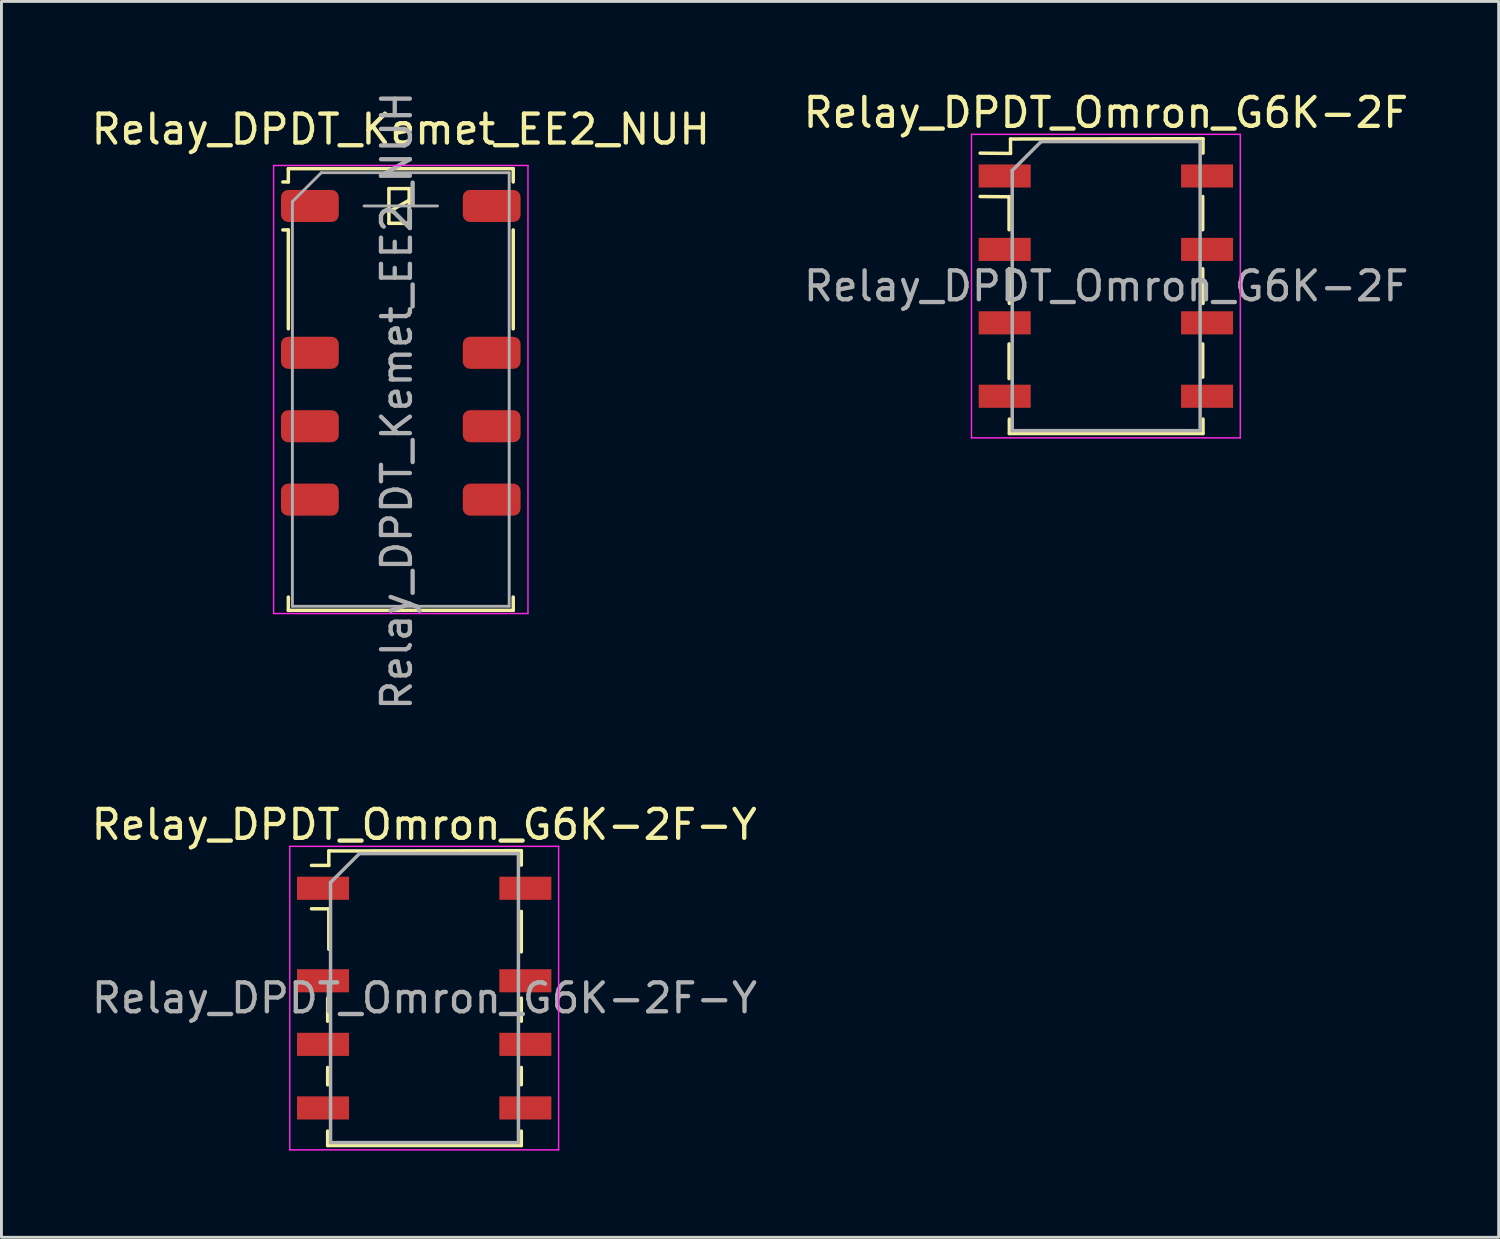
<source format=kicad_pcb>
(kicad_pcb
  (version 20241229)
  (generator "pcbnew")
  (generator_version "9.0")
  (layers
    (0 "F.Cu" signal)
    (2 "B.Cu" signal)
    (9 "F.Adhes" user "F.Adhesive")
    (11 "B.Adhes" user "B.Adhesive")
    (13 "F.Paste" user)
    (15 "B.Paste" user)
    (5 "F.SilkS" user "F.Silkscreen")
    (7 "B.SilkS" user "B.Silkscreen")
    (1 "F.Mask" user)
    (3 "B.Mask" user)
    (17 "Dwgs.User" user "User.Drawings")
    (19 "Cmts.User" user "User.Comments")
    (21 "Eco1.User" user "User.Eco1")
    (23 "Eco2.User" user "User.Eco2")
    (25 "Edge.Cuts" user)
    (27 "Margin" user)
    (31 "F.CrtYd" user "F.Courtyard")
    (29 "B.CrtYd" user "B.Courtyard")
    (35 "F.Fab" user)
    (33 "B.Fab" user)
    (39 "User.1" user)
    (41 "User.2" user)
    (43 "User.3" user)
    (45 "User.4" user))
  (footprint "Relay_DPDT_Kemet_EE2_NUH"
    (layer "F.Cu")
    (at 10.815 10.425)
    (property "Reference" "Relay_DPDT_Kemet_EE2_NUH" (at 0 -9 180) (layer "F.SilkS") (effects (font (size 1 1) (thickness 0.15))))
    (attr smd)
    (fp_line (start -3.89 -7.64) (end -3.89 -7.18) (stroke (width 0.12) (type solid)) (layer "F.SilkS"))
    (fp_line (start -3.89 -7.18) (end -4.08 -7.18) (stroke (width 0.12) (type solid)) (layer "F.SilkS"))
    (fp_line (start -3.89 -5.52) (end -4.08 -5.52) (stroke (width 0.12) (type solid)) (layer "F.SilkS"))
    (fp_line (start -3.89 -5.52) (end -3.89 -2.1) (stroke (width 0.12) (type solid)) (layer "F.SilkS"))
    (fp_line (start -3.89 7.18) (end -3.89 7.64) (stroke (width 0.12) (type solid)) (layer "F.SilkS"))
    (fp_line (start -0.41 -6.95) (end -0.41 -5.75) (stroke (width 0.12) (type solid)) (layer "F.SilkS"))
    (fp_line (start -0.41 -6.15) (end 0.29 -6.55) (stroke (width 0.12) (type solid)) (layer "F.SilkS"))
    (fp_line (start -0.41 -5.75) (end 0.29 -5.75) (stroke (width 0.12) (type solid)) (layer "F.SilkS"))
    (fp_line (start 0.29 -6.95) (end -0.41 -6.95) (stroke (width 0.12) (type solid)) (layer "F.SilkS"))
    (fp_line (start 0.29 -5.75) (end 0.29 -6.95) (stroke (width 0.12) (type solid)) (layer "F.SilkS"))
    (fp_line (start 3.89 -7.64) (end -3.89 -7.64) (stroke (width 0.12) (type solid)) (layer "F.SilkS"))
    (fp_line (start 3.89 -7.64) (end 3.89 -7.18) (stroke (width 0.12) (type solid)) (layer "F.SilkS"))
    (fp_line (start 3.89 -5.52) (end 3.89 -2.1) (stroke (width 0.12) (type solid)) (layer "F.SilkS"))
    (fp_line (start 3.89 7.18) (end 3.89 7.64) (stroke (width 0.12) (type solid)) (layer "F.SilkS"))
    (fp_line (start 3.89 7.64) (end -3.89 7.64) (stroke (width 0.12) (type solid)) (layer "F.SilkS"))
    (fp_line (start -4.4 -7.75) (end -4.4 7.75) (stroke (width 0.05) (type solid)) (layer "F.CrtYd"))
    (fp_line (start -4.4 7.75) (end 4.4 7.75) (stroke (width 0.05) (type solid)) (layer "F.CrtYd"))
    (fp_line (start 4.4 -7.75) (end -4.4 -7.75) (stroke (width 0.05) (type solid)) (layer "F.CrtYd"))
    (fp_line (start 4.4 -7.75) (end 4.4 7.75) (stroke (width 0.05) (type solid)) (layer "F.CrtYd"))
    (fp_line (start -3.75 -6.5) (end -3.75 7.5) (stroke (width 0.1) (type solid)) (layer "F.Fab"))
    (fp_line (start -3.75 -6.5) (end -2.75 -7.5) (stroke (width 0.1) (type solid)) (layer "F.Fab"))
    (fp_line (start -1.27 -6.35) (end 1.27 -6.35) (stroke (width 0.1) (type solid)) (layer "F.Fab"))
    (fp_line (start 3.75 -7.5) (end -2.75 -7.5) (stroke (width 0.1) (type solid)) (layer "F.Fab"))
    (fp_line (start 3.75 -7.5) (end 3.75 7.5) (stroke (width 0.1) (type solid)) (layer "F.Fab"))
    (fp_line (start 3.75 7.5) (end -3.75 7.5) (stroke (width 0.1) (type solid)) (layer "F.Fab"))
    (fp_text user "${REFERENCE}" (at -0.14 0.39 90) (layer "F.Fab") (effects (font (size 1 1) (thickness 0.15))))
    (pad "1" smd roundrect (at -3.145 -6.35 270) (size 1.11 2) (layers "F.Cu" "F.Mask" "F.Paste") (roundrect_rratio 0.225))
    (pad "3" smd roundrect (at -3.145 -1.27 270) (size 1.11 2) (layers "F.Cu" "F.Mask" "F.Paste") (roundrect_rratio 0.225))
    (pad "4" smd roundrect (at -3.145 1.27 270) (size 1.11 2) (layers "F.Cu" "F.Mask" "F.Paste") (roundrect_rratio 0.225))
    (pad "5" smd roundrect (at -3.145 3.81 270) (size 1.11 2) (layers "F.Cu" "F.Mask" "F.Paste") (roundrect_rratio 0.225))
    (pad "8" smd roundrect (at 3.145 3.81 270) (size 1.11 2) (layers "F.Cu" "F.Mask" "F.Paste") (roundrect_rratio 0.225))
    (pad "9" smd roundrect (at 3.145 1.27 270) (size 1.11 2) (layers "F.Cu" "F.Mask" "F.Paste") (roundrect_rratio 0.225))
    (pad "10" smd roundrect (at 3.145 -1.27 270) (size 1.11 2) (layers "F.Cu" "F.Mask" "F.Paste") (roundrect_rratio 0.225))
    (pad "12" smd roundrect (at 3.145 -6.35 270) (size 1.11 2) (layers "F.Cu" "F.Mask" "F.Paste") (roundrect_rratio 0.225)))
  (footprint "Relay_DPDT_Omron_G6K-2F"
    (layer "F.Cu")
    (at 35.208 6.848)
    (property "Reference" "Relay_DPDT_Omron_G6K-2F" (at 0 -6 0) (layer "F.SilkS") (effects (font (size 1 1) (thickness 0.15))))
    (attr smd)
    (fp_line (start -3.35 -3.09) (end -4.35 -3.1) (stroke (width 0.12) (type solid)) (layer "F.SilkS"))
    (fp_line (start -3.35 -1.95) (end -3.35 -3.1) (stroke (width 0.12) (type solid)) (layer "F.SilkS"))
    (fp_line (start -3.35 3.2) (end -3.35 2) (stroke (width 0.12) (type solid)) (layer "F.SilkS"))
    (fp_line (start -3.34 0.6) (end -3.35 -0.6) (stroke (width 0.12) (type solid)) (layer "F.SilkS"))
    (fp_line (start -3.34 5.1) (end -3.34 4.6) (stroke (width 0.12) (type solid)) (layer "F.SilkS"))
    (fp_line (start -3.3 -5.09) (end -3.3 -4.59) (stroke (width 0.12) (type solid)) (layer "F.SilkS"))
    (fp_line (start -3.3 -5.09) (end 3.36 -5.1) (stroke (width 0.12) (type solid)) (layer "F.SilkS"))
    (fp_line (start -3.3 -4.59) (end -4.35 -4.6) (stroke (width 0.12) (type solid)) (layer "F.SilkS"))
    (fp_line (start 3.35 -3.1) (end 3.35 -1.95) (stroke (width 0.12) (type solid)) (layer "F.SilkS"))
    (fp_line (start 3.35 -0.6) (end 3.36 0.6) (stroke (width 0.12) (type solid)) (layer "F.SilkS"))
    (fp_line (start 3.35 2) (end 3.35 3.15) (stroke (width 0.12) (type solid)) (layer "F.SilkS"))
    (fp_line (start 3.36 -5.1) (end 3.36 -4.6) (stroke (width 0.12) (type solid)) (layer "F.SilkS"))
    (fp_line (start 3.36 4.6) (end 3.36 5.1) (stroke (width 0.12) (type solid)) (layer "F.SilkS"))
    (fp_line (start 3.36 5.1) (end -3.34 5.1) (stroke (width 0.12) (type solid)) (layer "F.SilkS"))
    (fp_line (start -4.65 -5.25) (end -4.65 5.25) (stroke (width 0.05) (type solid)) (layer "F.CrtYd"))
    (fp_line (start -4.65 -5.25) (end 4.65 -5.25) (stroke (width 0.05) (type solid)) (layer "F.CrtYd"))
    (fp_line (start 4.65 5.25) (end -4.65 5.25) (stroke (width 0.05) (type solid)) (layer "F.CrtYd"))
    (fp_line (start 4.65 5.25) (end 4.65 -5.25) (stroke (width 0.05) (type solid)) (layer "F.CrtYd"))
    (fp_line (start -3.24 -4) (end -2.24 -5) (stroke (width 0.12) (type solid)) (layer "F.Fab"))
    (fp_line (start -3.24 5) (end -3.24 -4) (stroke (width 0.12) (type solid)) (layer "F.Fab"))
    (fp_line (start -2.24 -5) (end 3.26 -5) (stroke (width 0.12) (type solid)) (layer "F.Fab"))
    (fp_line (start 3.26 -5) (end 3.26 5) (stroke (width 0.12) (type solid)) (layer "F.Fab"))
    (fp_line (start 3.26 5) (end -3.24 5) (stroke (width 0.12) (type solid)) (layer "F.Fab"))
    (fp_text user "${REFERENCE}" (at 0.01 0 0) (layer "F.Fab") (effects (font (size 1 1) (thickness 0.15))))
    (pad "1" smd rect (at -3.5 -3.81) (size 1.8 0.8) (layers "F.Cu" "F.Mask" "F.Paste"))
    (pad "2" smd rect (at -3.5 -1.27) (size 1.8 0.8) (layers "F.Cu" "F.Mask" "F.Paste"))
    (pad "3" smd rect (at -3.5 1.27) (size 1.8 0.8) (layers "F.Cu" "F.Mask" "F.Paste"))
    (pad "4" smd rect (at -3.5 3.81) (size 1.8 0.8) (layers "F.Cu" "F.Mask" "F.Paste"))
    (pad "5" smd rect (at 3.5 3.81) (size 1.8 0.8) (layers "F.Cu" "F.Mask" "F.Paste"))
    (pad "6" smd rect (at 3.5 1.27) (size 1.8 0.8) (layers "F.Cu" "F.Mask" "F.Paste"))
    (pad "7" smd rect (at 3.5 -1.27) (size 1.8 0.8) (layers "F.Cu" "F.Mask" "F.Paste"))
    (pad "8" smd rect (at 3.5 -3.81) (size 1.8 0.8) (layers "F.Cu" "F.Mask" "F.Paste")))
  (footprint "Relay_DPDT_Omron_G6K-2F-Y"
    (layer "F.Cu")
    (at 11.625 31.479)
    (property "Reference" "Relay_DPDT_Omron_G6K-2F-Y" (at 0 -6 0) (layer "F.SilkS") (effects (font (size 1 1) (thickness 0.15))))
    (attr smd)
    (fp_line (start -3.34 0.8) (end -3.34 0) (stroke (width 0.12) (type solid)) (layer "F.SilkS"))
    (fp_line (start -3.34 3) (end -3.34 2.4) (stroke (width 0.12) (type solid)) (layer "F.SilkS"))
    (fp_line (start -3.34 5.1) (end -3.34 4.6) (stroke (width 0.12) (type solid)) (layer "F.SilkS"))
    (fp_line (start -3.3 -5.09) (end -3.3 -4.59) (stroke (width 0.12) (type solid)) (layer "F.SilkS"))
    (fp_line (start -3.3 -5.09) (end 3.36 -5.1) (stroke (width 0.12) (type solid)) (layer "F.SilkS"))
    (fp_line (start -3.3 -4.59) (end -3.9 -4.59) (stroke (width 0.12) (type solid)) (layer "F.SilkS"))
    (fp_line (start -3.3 -3.09) (end -3.9 -3.09) (stroke (width 0.12) (type solid)) (layer "F.SilkS"))
    (fp_line (start -3.3 -1.69) (end -3.3 -3.09) (stroke (width 0.12) (type solid)) (layer "F.SilkS"))
    (fp_line (start 3.36 -5.1) (end 3.36 -4.6) (stroke (width 0.12) (type solid)) (layer "F.SilkS"))
    (fp_line (start 3.36 -3) (end 3.36 -1.6) (stroke (width 0.12) (type solid)) (layer "F.SilkS"))
    (fp_line (start 3.36 0) (end 3.36 0.8) (stroke (width 0.12) (type solid)) (layer "F.SilkS"))
    (fp_line (start 3.36 2.4) (end 3.36 3) (stroke (width 0.12) (type solid)) (layer "F.SilkS"))
    (fp_line (start 3.36 4.6) (end 3.36 5.1) (stroke (width 0.12) (type solid)) (layer "F.SilkS"))
    (fp_line (start 3.36 5.1) (end -3.34 5.1) (stroke (width 0.12) (type solid)) (layer "F.SilkS"))
    (fp_line (start -4.65 -5.25) (end -4.65 5.25) (stroke (width 0.05) (type solid)) (layer "F.CrtYd"))
    (fp_line (start -4.65 -5.25) (end 4.65 -5.25) (stroke (width 0.05) (type solid)) (layer "F.CrtYd"))
    (fp_line (start 4.65 5.25) (end -4.65 5.25) (stroke (width 0.05) (type solid)) (layer "F.CrtYd"))
    (fp_line (start 4.65 5.25) (end 4.65 -5.25) (stroke (width 0.05) (type solid)) (layer "F.CrtYd"))
    (fp_line (start -3.24 -4) (end -2.24 -5) (stroke (width 0.12) (type solid)) (layer "F.Fab"))
    (fp_line (start -3.24 5) (end -3.24 -4) (stroke (width 0.12) (type solid)) (layer "F.Fab"))
    (fp_line (start -2.24 -5) (end 3.26 -5) (stroke (width 0.12) (type solid)) (layer "F.Fab"))
    (fp_line (start 3.26 -5) (end 3.26 5) (stroke (width 0.12) (type solid)) (layer "F.Fab"))
    (fp_line (start 3.26 5) (end -3.24 5) (stroke (width 0.12) (type solid)) (layer "F.Fab"))
    (fp_text user "${REFERENCE}" (at 0.01 0 0) (layer "F.Fab") (effects (font (size 1 1) (thickness 0.15))))
    (pad "1" smd rect (at -3.5 -3.8) (size 1.8 0.8) (layers "F.Cu" "F.Mask" "F.Paste"))
    (pad "2" smd rect (at -3.5 -0.6) (size 1.8 0.8) (layers "F.Cu" "F.Mask" "F.Paste"))
    (pad "3" smd rect (at -3.5 1.6) (size 1.8 0.8) (layers "F.Cu" "F.Mask" "F.Paste"))
    (pad "4" smd rect (at -3.5 3.8) (size 1.8 0.8) (layers "F.Cu" "F.Mask" "F.Paste"))
    (pad "5" smd rect (at 3.5 3.8) (size 1.8 0.8) (layers "F.Cu" "F.Mask" "F.Paste"))
    (pad "6" smd rect (at 3.5 1.6) (size 1.8 0.8) (layers "F.Cu" "F.Mask" "F.Paste"))
    (pad "7" smd rect (at 3.5 -0.6) (size 1.8 0.8) (layers "F.Cu" "F.Mask" "F.Paste"))
    (pad "8" smd rect (at 3.5 -3.8) (size 1.8 0.8) (layers "F.Cu" "F.Mask" "F.Paste")))
  (gr_rect
    (start -3 -3)
    (end 48.796 39.754)
    (stroke (width 0.1) (type default))
    (fill no)
    (layer "Edge.Cuts")))
</source>
